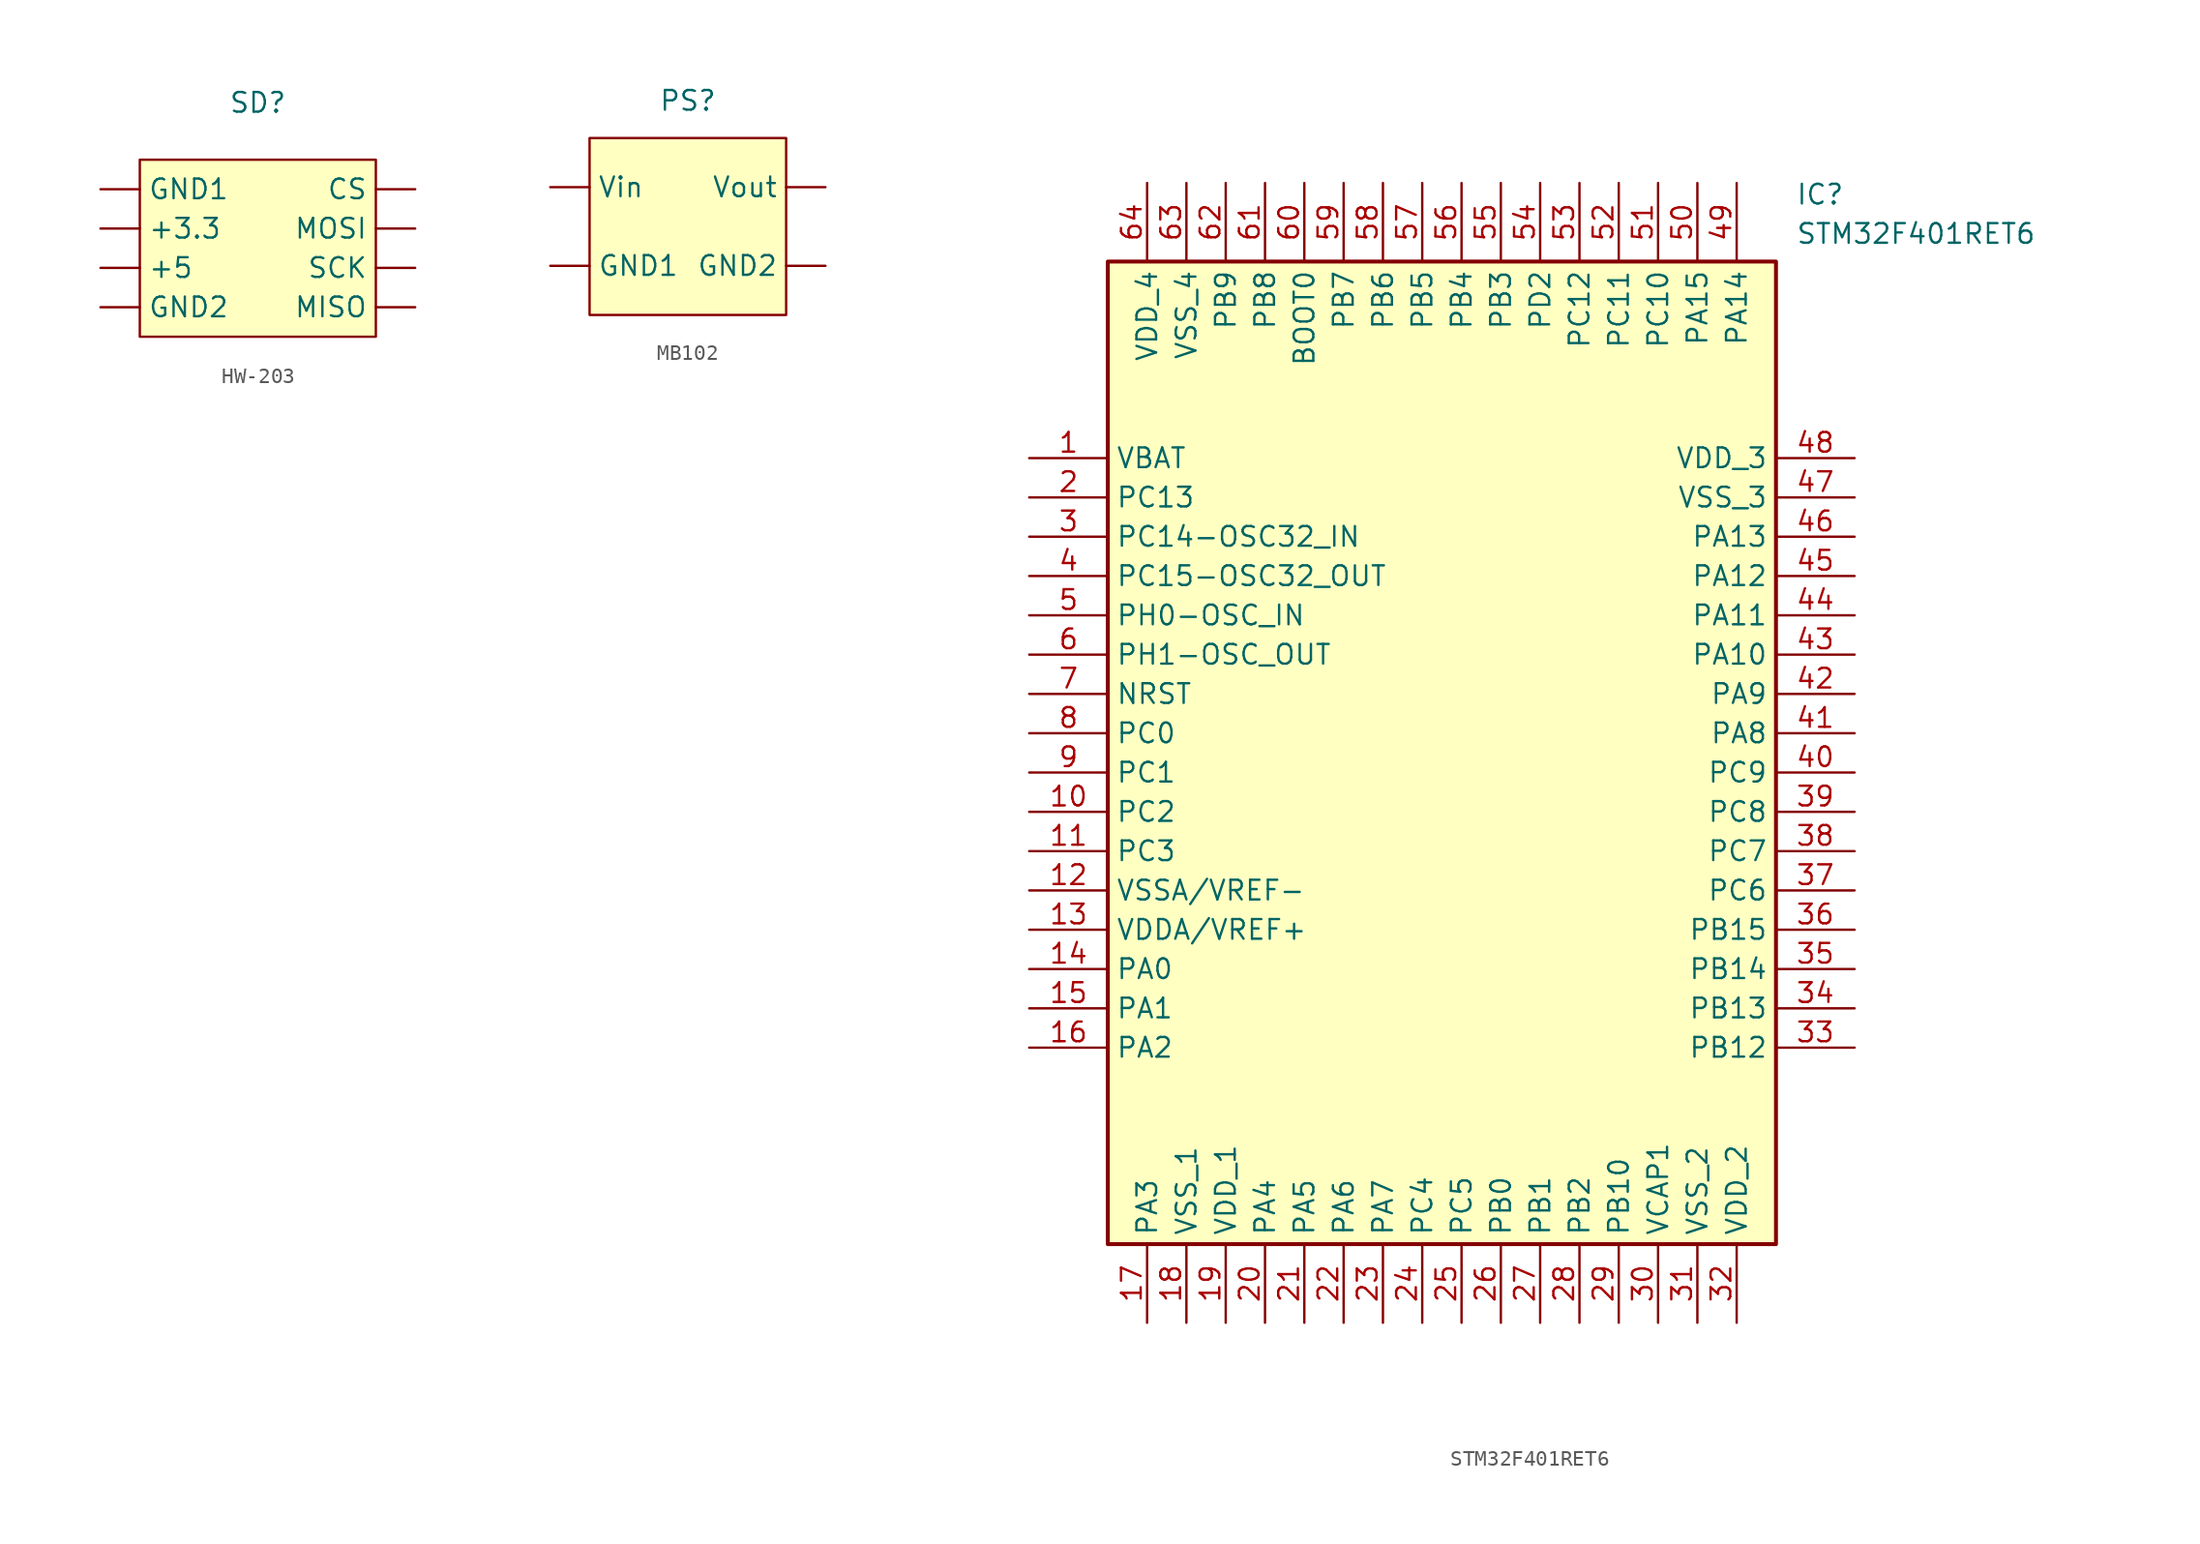
<source format=kicad_sym>
(kicad_symbol_lib
  (version 20231120)
  (generator "kicad_symbol_editor")
  (generator_version "8.0")
  (symbol "HW-203"
    (property "Reference" "SD"
      (at 0 9.398 0)
      (effects (font (size 1.27 1.27))))
    (property "Value" ""
      (at 1.27 1.27 0)
      (effects (font (size 1.27 1.27))))
    (symbol "HW-203_1_1"
      (rectangle (start -7.62 5.715) (end 7.62 -5.715) (stroke (width 0) (type default)) (fill (type background)))
      (pin power_in line (at -10.16 1.27 0) (length 2.54) (name "+3.3" (effects (font (size 1.27 1.27)))) (number "" (effects (font (size 1.27 1.27)))))
      (pin power_in line (at -10.16 -1.27 0) (length 2.54) (name "+5" (effects (font (size 1.27 1.27)))) (number "" (effects (font (size 1.27 1.27)))))
      (pin input line (at 10.16 3.81 180) (length 2.54) (name "CS" (effects (font (size 1.27 1.27)))) (number "" (effects (font (size 1.27 1.27)))))
      (pin power_in line (at -10.16 3.81 0) (length 2.54) (name "GND1" (effects (font (size 1.27 1.27)))) (number "" (effects (font (size 1.27 1.27)))))
      (pin power_in line (at -10.16 -3.81 0) (length 2.54) (name "GND2" (effects (font (size 1.27 1.27)))) (number "" (effects (font (size 1.27 1.27)))))
      (pin output line (at 10.16 -3.81 180) (length 2.54) (name "MISO" (effects (font (size 1.27 1.27)))) (number "" (effects (font (size 1.27 1.27)))))
      (pin input line (at 10.16 1.27 180) (length 2.54) (name "MOSI" (effects (font (size 1.27 1.27)))) (number "" (effects (font (size 1.27 1.27)))))
      (pin input line (at 10.16 -1.27 180) (length 2.54) (name "SCK" (effects (font (size 1.27 1.27)))) (number "" (effects (font (size 1.27 1.27)))))))
  (symbol "MB102"
    (property "Reference" "PS"
      (at 0 8.128 0)
      (effects (font (size 1.27 1.27))))
    (property "Value" ""
      (at 0 0 0)
      (effects (font (size 1.27 1.27))))
    (symbol "MB102_1_1"
      (rectangle (start -6.35 5.715) (end 6.35 -5.715) (stroke (width 0) (type default)) (fill (type background)))
      (pin power_in line (at -8.89 -2.54 0) (length 2.54) (name "GND1" (effects (font (size 1.27 1.27)))) (number "" (effects (font (size 1.27 1.27)))))
      (pin power_out line (at 8.89 -2.54 180) (length 2.54) (name "GND2" (effects (font (size 1.27 1.27)))) (number "" (effects (font (size 1.27 1.27)))))
      (pin power_in line (at -8.89 2.54 0) (length 2.54) (name "Vin" (effects (font (size 1.27 1.27)))) (number "" (effects (font (size 1.27 1.27)))))
      (pin power_out line (at 8.89 2.54 180) (length 2.54) (name "Vout" (effects (font (size 1.27 1.27)))) (number "" (effects (font (size 1.27 1.27)))))))
  (symbol "STM32F401RET6"
    (property "Reference" "IC"
      (at 49.53 17.78 0)
      (effects (font (size 1.27 1.27)) (justify left top)))
    (property "Value" "STM32F401RET6"
      (at 49.53 15.24 0)
      (effects (font (size 1.27 1.27)) (justify left top)))
    (symbol "STM32F401RET6_1_1"
      (rectangle (start 5.08 12.7) (end 48.26 -50.8) (stroke (width 0.254) (type default)) (fill (type background)))
      (pin passive line (at 0 0 0) (length 5.08) (name "VBAT" (effects (font (size 1.27 1.27)))) (number "1" (effects (font (size 1.27 1.27)))))
      (pin passive line (at 0 -22.86 0) (length 5.08) (name "PC2" (effects (font (size 1.27 1.27)))) (number "10" (effects (font (size 1.27 1.27)))))
      (pin passive line (at 0 -25.4 0) (length 5.08) (name "PC3" (effects (font (size 1.27 1.27)))) (number "11" (effects (font (size 1.27 1.27)))))
      (pin passive line (at 0 -27.94 0) (length 5.08) (name "VSSA/VREF-" (effects (font (size 1.27 1.27)))) (number "12" (effects (font (size 1.27 1.27)))))
      (pin passive line (at 0 -30.48 0) (length 5.08) (name "VDDA/VREF+" (effects (font (size 1.27 1.27)))) (number "13" (effects (font (size 1.27 1.27)))))
      (pin passive line (at 0 -33.02 0) (length 5.08) (name "PA0" (effects (font (size 1.27 1.27)))) (number "14" (effects (font (size 1.27 1.27)))))
      (pin passive line (at 0 -35.56 0) (length 5.08) (name "PA1" (effects (font (size 1.27 1.27)))) (number "15" (effects (font (size 1.27 1.27)))))
      (pin passive line (at 0 -38.1 0) (length 5.08) (name "PA2" (effects (font (size 1.27 1.27)))) (number "16" (effects (font (size 1.27 1.27)))))
      (pin passive line (at 7.62 -55.88 90) (length 5.08) (name "PA3" (effects (font (size 1.27 1.27)))) (number "17" (effects (font (size 1.27 1.27)))))
      (pin passive line (at 10.16 -55.88 90) (length 5.08) (name "VSS_1" (effects (font (size 1.27 1.27)))) (number "18" (effects (font (size 1.27 1.27)))))
      (pin passive line (at 12.7 -55.88 90) (length 5.08) (name "VDD_1" (effects (font (size 1.27 1.27)))) (number "19" (effects (font (size 1.27 1.27)))))
      (pin passive line (at 0 -2.54 0) (length 5.08) (name "PC13" (effects (font (size 1.27 1.27)))) (number "2" (effects (font (size 1.27 1.27)))))
      (pin passive line (at 15.24 -55.88 90) (length 5.08) (name "PA4" (effects (font (size 1.27 1.27)))) (number "20" (effects (font (size 1.27 1.27)))))
      (pin passive line (at 17.78 -55.88 90) (length 5.08) (name "PA5" (effects (font (size 1.27 1.27)))) (number "21" (effects (font (size 1.27 1.27)))))
      (pin passive line (at 20.32 -55.88 90) (length 5.08) (name "PA6" (effects (font (size 1.27 1.27)))) (number "22" (effects (font (size 1.27 1.27)))))
      (pin passive line (at 22.86 -55.88 90) (length 5.08) (name "PA7" (effects (font (size 1.27 1.27)))) (number "23" (effects (font (size 1.27 1.27)))))
      (pin passive line (at 25.4 -55.88 90) (length 5.08) (name "PC4" (effects (font (size 1.27 1.27)))) (number "24" (effects (font (size 1.27 1.27)))))
      (pin passive line (at 27.94 -55.88 90) (length 5.08) (name "PC5" (effects (font (size 1.27 1.27)))) (number "25" (effects (font (size 1.27 1.27)))))
      (pin passive line (at 30.48 -55.88 90) (length 5.08) (name "PB0" (effects (font (size 1.27 1.27)))) (number "26" (effects (font (size 1.27 1.27)))))
      (pin passive line (at 33.02 -55.88 90) (length 5.08) (name "PB1" (effects (font (size 1.27 1.27)))) (number "27" (effects (font (size 1.27 1.27)))))
      (pin passive line (at 35.56 -55.88 90) (length 5.08) (name "PB2" (effects (font (size 1.27 1.27)))) (number "28" (effects (font (size 1.27 1.27)))))
      (pin passive line (at 38.1 -55.88 90) (length 5.08) (name "PB10" (effects (font (size 1.27 1.27)))) (number "29" (effects (font (size 1.27 1.27)))))
      (pin passive line (at 0 -5.08 0) (length 5.08) (name "PC14-OSC32_IN" (effects (font (size 1.27 1.27)))) (number "3" (effects (font (size 1.27 1.27)))))
      (pin passive line (at 40.64 -55.88 90) (length 5.08) (name "VCAP1" (effects (font (size 1.27 1.27)))) (number "30" (effects (font (size 1.27 1.27)))))
      (pin passive line (at 43.18 -55.88 90) (length 5.08) (name "VSS_2" (effects (font (size 1.27 1.27)))) (number "31" (effects (font (size 1.27 1.27)))))
      (pin passive line (at 45.72 -55.88 90) (length 5.08) (name "VDD_2" (effects (font (size 1.27 1.27)))) (number "32" (effects (font (size 1.27 1.27)))))
      (pin passive line (at 53.34 -38.1 180) (length 5.08) (name "PB12" (effects (font (size 1.27 1.27)))) (number "33" (effects (font (size 1.27 1.27)))))
      (pin passive line (at 53.34 -35.56 180) (length 5.08) (name "PB13" (effects (font (size 1.27 1.27)))) (number "34" (effects (font (size 1.27 1.27)))))
      (pin passive line (at 53.34 -33.02 180) (length 5.08) (name "PB14" (effects (font (size 1.27 1.27)))) (number "35" (effects (font (size 1.27 1.27)))))
      (pin passive line (at 53.34 -30.48 180) (length 5.08) (name "PB15" (effects (font (size 1.27 1.27)))) (number "36" (effects (font (size 1.27 1.27)))))
      (pin passive line (at 53.34 -27.94 180) (length 5.08) (name "PC6" (effects (font (size 1.27 1.27)))) (number "37" (effects (font (size 1.27 1.27)))))
      (pin passive line (at 53.34 -25.4 180) (length 5.08) (name "PC7" (effects (font (size 1.27 1.27)))) (number "38" (effects (font (size 1.27 1.27)))))
      (pin passive line (at 53.34 -22.86 180) (length 5.08) (name "PC8" (effects (font (size 1.27 1.27)))) (number "39" (effects (font (size 1.27 1.27)))))
      (pin passive line (at 0 -7.62 0) (length 5.08) (name "PC15-OSC32_OUT" (effects (font (size 1.27 1.27)))) (number "4" (effects (font (size 1.27 1.27)))))
      (pin passive line (at 53.34 -20.32 180) (length 5.08) (name "PC9" (effects (font (size 1.27 1.27)))) (number "40" (effects (font (size 1.27 1.27)))))
      (pin passive line (at 53.34 -17.78 180) (length 5.08) (name "PA8" (effects (font (size 1.27 1.27)))) (number "41" (effects (font (size 1.27 1.27)))))
      (pin passive line (at 53.34 -15.24 180) (length 5.08) (name "PA9" (effects (font (size 1.27 1.27)))) (number "42" (effects (font (size 1.27 1.27)))))
      (pin passive line (at 53.34 -12.7 180) (length 5.08) (name "PA10" (effects (font (size 1.27 1.27)))) (number "43" (effects (font (size 1.27 1.27)))))
      (pin passive line (at 53.34 -10.16 180) (length 5.08) (name "PA11" (effects (font (size 1.27 1.27)))) (number "44" (effects (font (size 1.27 1.27)))))
      (pin passive line (at 53.34 -7.62 180) (length 5.08) (name "PA12" (effects (font (size 1.27 1.27)))) (number "45" (effects (font (size 1.27 1.27)))))
      (pin passive line (at 53.34 -5.08 180) (length 5.08) (name "PA13" (effects (font (size 1.27 1.27)))) (number "46" (effects (font (size 1.27 1.27)))))
      (pin passive line (at 53.34 -2.54 180) (length 5.08) (name "VSS_3" (effects (font (size 1.27 1.27)))) (number "47" (effects (font (size 1.27 1.27)))))
      (pin passive line (at 53.34 0 180) (length 5.08) (name "VDD_3" (effects (font (size 1.27 1.27)))) (number "48" (effects (font (size 1.27 1.27)))))
      (pin passive line (at 45.72 17.78 270) (length 5.08) (name "PA14" (effects (font (size 1.27 1.27)))) (number "49" (effects (font (size 1.27 1.27)))))
      (pin passive line (at 0 -10.16 0) (length 5.08) (name "PH0-OSC_IN" (effects (font (size 1.27 1.27)))) (number "5" (effects (font (size 1.27 1.27)))))
      (pin passive line (at 43.18 17.78 270) (length 5.08) (name "PA15" (effects (font (size 1.27 1.27)))) (number "50" (effects (font (size 1.27 1.27)))))
      (pin passive line (at 40.64 17.78 270) (length 5.08) (name "PC10" (effects (font (size 1.27 1.27)))) (number "51" (effects (font (size 1.27 1.27)))))
      (pin passive line (at 38.1 17.78 270) (length 5.08) (name "PC11" (effects (font (size 1.27 1.27)))) (number "52" (effects (font (size 1.27 1.27)))))
      (pin passive line (at 35.56 17.78 270) (length 5.08) (name "PC12" (effects (font (size 1.27 1.27)))) (number "53" (effects (font (size 1.27 1.27)))))
      (pin passive line (at 33.02 17.78 270) (length 5.08) (name "PD2" (effects (font (size 1.27 1.27)))) (number "54" (effects (font (size 1.27 1.27)))))
      (pin passive line (at 30.48 17.78 270) (length 5.08) (name "PB3" (effects (font (size 1.27 1.27)))) (number "55" (effects (font (size 1.27 1.27)))))
      (pin passive line (at 27.94 17.78 270) (length 5.08) (name "PB4" (effects (font (size 1.27 1.27)))) (number "56" (effects (font (size 1.27 1.27)))))
      (pin passive line (at 25.4 17.78 270) (length 5.08) (name "PB5" (effects (font (size 1.27 1.27)))) (number "57" (effects (font (size 1.27 1.27)))))
      (pin passive line (at 22.86 17.78 270) (length 5.08) (name "PB6" (effects (font (size 1.27 1.27)))) (number "58" (effects (font (size 1.27 1.27)))))
      (pin passive line (at 20.32 17.78 270) (length 5.08) (name "PB7" (effects (font (size 1.27 1.27)))) (number "59" (effects (font (size 1.27 1.27)))))
      (pin passive line (at 0 -12.7 0) (length 5.08) (name "PH1-OSC_OUT" (effects (font (size 1.27 1.27)))) (number "6" (effects (font (size 1.27 1.27)))))
      (pin passive line (at 17.78 17.78 270) (length 5.08) (name "BOOT0" (effects (font (size 1.27 1.27)))) (number "60" (effects (font (size 1.27 1.27)))))
      (pin passive line (at 15.24 17.78 270) (length 5.08) (name "PB8" (effects (font (size 1.27 1.27)))) (number "61" (effects (font (size 1.27 1.27)))))
      (pin passive line (at 12.7 17.78 270) (length 5.08) (name "PB9" (effects (font (size 1.27 1.27)))) (number "62" (effects (font (size 1.27 1.27)))))
      (pin passive line (at 10.16 17.78 270) (length 5.08) (name "VSS_4" (effects (font (size 1.27 1.27)))) (number "63" (effects (font (size 1.27 1.27)))))
      (pin passive line (at 7.62 17.78 270) (length 5.08) (name "VDD_4" (effects (font (size 1.27 1.27)))) (number "64" (effects (font (size 1.27 1.27)))))
      (pin passive line (at 0 -15.24 0) (length 5.08) (name "NRST" (effects (font (size 1.27 1.27)))) (number "7" (effects (font (size 1.27 1.27)))))
      (pin passive line (at 0 -17.78 0) (length 5.08) (name "PC0" (effects (font (size 1.27 1.27)))) (number "8" (effects (font (size 1.27 1.27)))))
      (pin passive line (at 0 -20.32 0) (length 5.08) (name "PC1" (effects (font (size 1.27 1.27)))) (number "9" (effects (font (size 1.27 1.27))))))))
</source>
